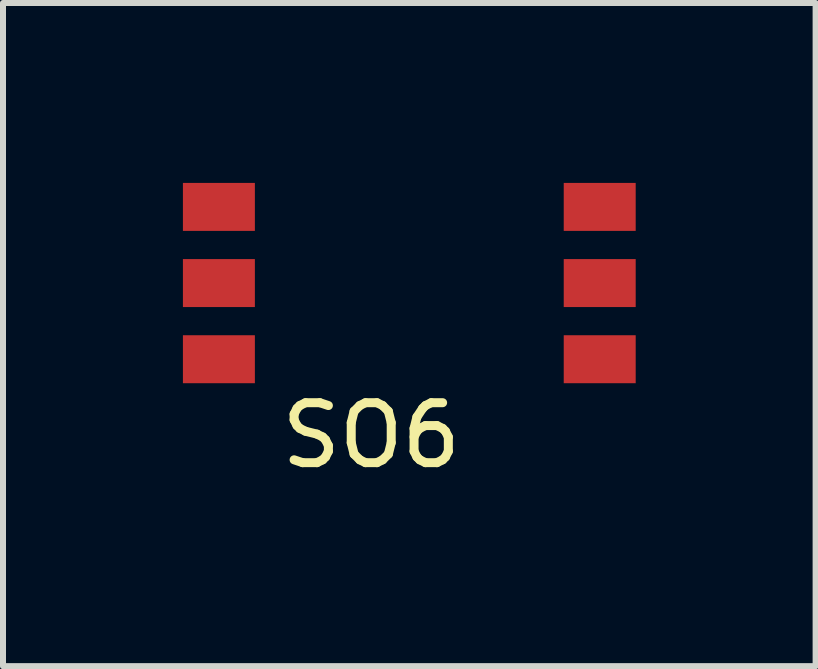
<source format=kicad_pcb>
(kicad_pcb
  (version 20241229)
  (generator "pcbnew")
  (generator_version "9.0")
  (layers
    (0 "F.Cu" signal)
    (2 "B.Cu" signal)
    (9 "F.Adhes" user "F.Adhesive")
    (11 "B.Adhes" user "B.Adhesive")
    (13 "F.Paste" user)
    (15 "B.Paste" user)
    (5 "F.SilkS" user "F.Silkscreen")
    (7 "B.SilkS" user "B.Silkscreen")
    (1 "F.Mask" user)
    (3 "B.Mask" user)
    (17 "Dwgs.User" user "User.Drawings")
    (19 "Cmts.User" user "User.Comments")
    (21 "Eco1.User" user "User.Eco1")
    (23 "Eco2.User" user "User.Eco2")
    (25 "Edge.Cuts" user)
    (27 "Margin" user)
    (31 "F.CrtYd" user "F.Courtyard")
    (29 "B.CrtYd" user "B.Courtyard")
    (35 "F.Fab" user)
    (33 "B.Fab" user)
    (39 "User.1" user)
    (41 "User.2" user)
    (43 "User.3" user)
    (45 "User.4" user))
  (footprint "SO6"
    (layer "F.Cu")
    (at 3.14 1.67)
    (property "Reference" "SO6" (at 0 2.54 0) (layer "F.SilkS") (effects (font (size 1 1) (thickness 0.15))))
    (attr through_hole)
    (pad "1" smd rect (at -2.54 -1.27) (size 1.2 0.8) (layers "F.Cu" "F.Mask" "F.Paste"))
    (pad "2" smd rect (at -2.54 0) (size 1.2 0.8) (layers "F.Cu" "F.Mask" "F.Paste"))
    (pad "3" smd rect (at -2.54 1.27) (size 1.2 0.8) (layers "F.Cu" "F.Mask" "F.Paste"))
    (pad "4" smd rect (at 3.81 -1.27) (size 1.2 0.8) (layers "F.Cu" "F.Mask" "F.Paste"))
    (pad "5" smd rect (at 3.81 0) (size 1.2 0.8) (layers "F.Cu" "F.Mask" "F.Paste"))
    (pad "6" smd rect (at 3.81 1.27) (size 1.2 0.8) (layers "F.Cu" "F.Mask" "F.Paste")))
  (gr_rect
    (start -3 -3)
    (end 10.55 8.058)
    (stroke (width 0.1) (type default))
    (fill no)
    (layer "Edge.Cuts")))
</source>
